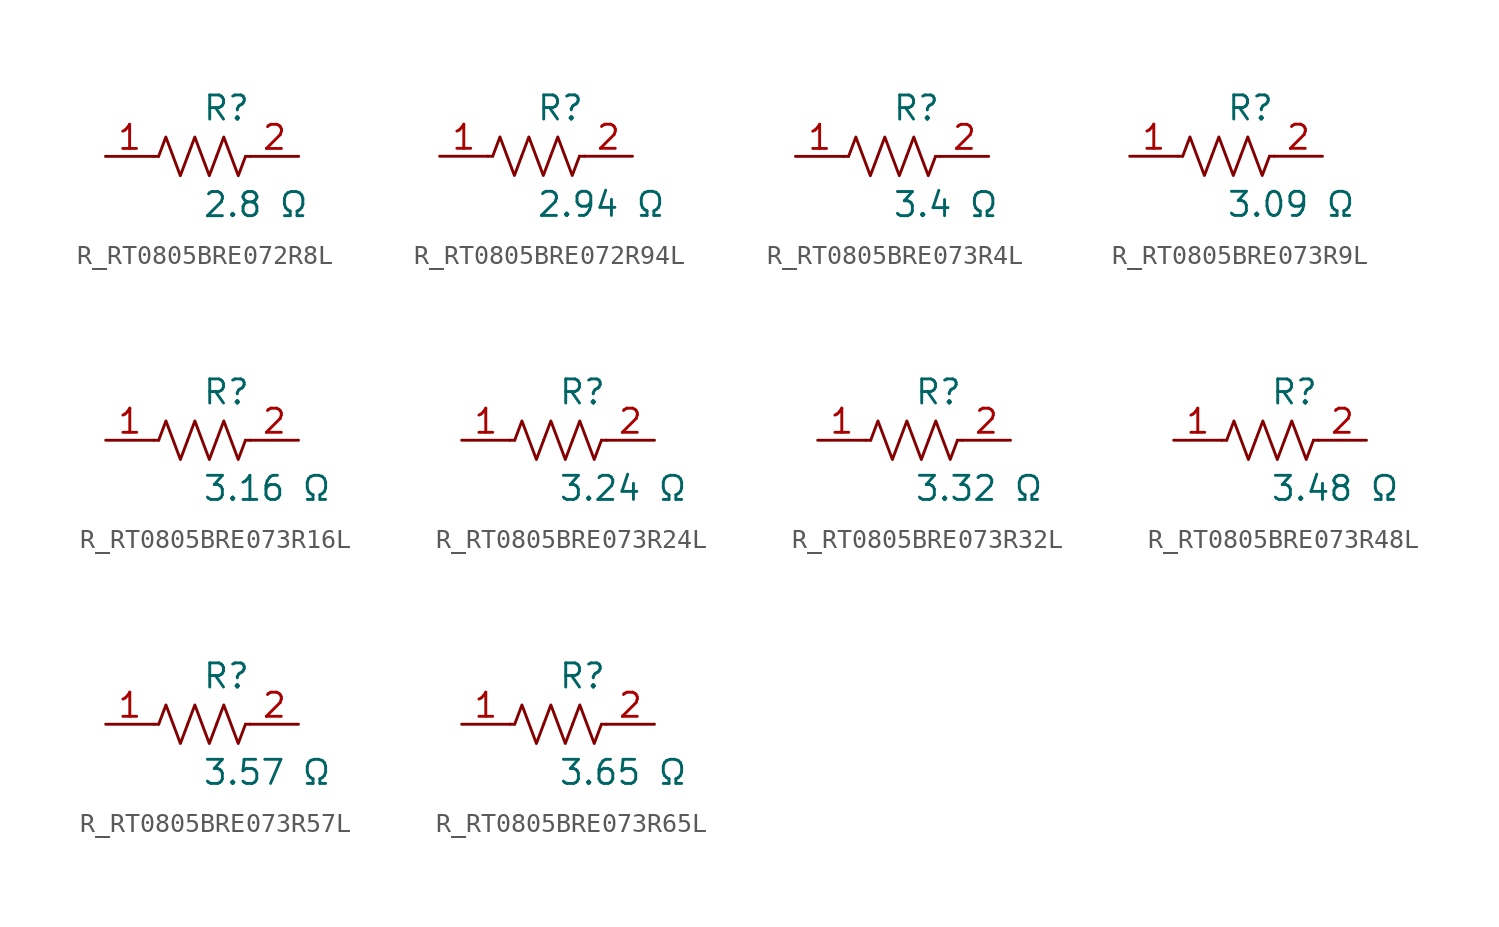
<source format=kicad_sym>
(kicad_symbol_lib
  (version 20231120)
  (generator kicad_symbol_editor)
  (generator_version 8.0)
  (symbol "R_RT0805BRE072R8L"
    (pin_names
      (offset 0.254))
    (property "Reference" "R"
      (at 0.0 2.54 0)
      (effects (font (size 1.27 1.27)) (justify left)))
    (property "Value" "2.8 Ω"
      (at 0.0 -2.54 0)
      (effects (font (size 1.27 1.27)) (justify left)))
    (symbol "R_RT0805BRE072R8L_0_1"
      (polyline (pts (xy 2.286 0) (xy 2.54 0)) (stroke (width 0) (type default)) (fill (type none)))
      (polyline (pts (xy -2.286 0) (xy -2.54 0)) (stroke (width 0) (type default)) (fill (type none)))
      (polyline (pts (xy 0.762 0) (xy 1.143 1.016) (xy 1.524 0) (xy 1.905 -1.016) (xy 2.286 0)) (stroke (width 0) (type default)) (fill (type none)))
      (polyline (pts (xy -0.762 0) (xy -0.381 1.016) (xy 0 0) (xy 0.381 -1.016) (xy 0.762 0)) (stroke (width 0) (type default)) (fill (type none)))
      (polyline (pts (xy -2.286 0) (xy -1.905 1.016) (xy -1.524 0) (xy -1.143 -1.016) (xy -0.762 0)) (stroke (width 0) (type default)) (fill (type none))))
    (pin unspecified line
      (at -5.08 0 0)
      (length 2.54)
      (name "" (effects (font (size 1.27 1.27))))
      (number "1" (effects (font (size 1.27 1.27)))))
    (pin unspecified line
      (at 5.08 0 180)
      (length 2.54)
      (name "" (effects (font (size 1.27 1.27))))
      (number "2" (effects (font (size 1.27 1.27))))))
  (symbol "R_RT0805BRE072R94L"
    (pin_names
      (offset 0.254))
    (property "Reference" "R"
      (at 0.0 2.54 0)
      (effects (font (size 1.27 1.27)) (justify left)))
    (property "Value" "2.94 Ω"
      (at 0.0 -2.54 0)
      (effects (font (size 1.27 1.27)) (justify left)))
    (symbol "R_RT0805BRE072R94L_0_1"
      (polyline (pts (xy 2.286 0) (xy 2.54 0)) (stroke (width 0) (type default)) (fill (type none)))
      (polyline (pts (xy -2.286 0) (xy -2.54 0)) (stroke (width 0) (type default)) (fill (type none)))
      (polyline (pts (xy 0.762 0) (xy 1.143 1.016) (xy 1.524 0) (xy 1.905 -1.016) (xy 2.286 0)) (stroke (width 0) (type default)) (fill (type none)))
      (polyline (pts (xy -0.762 0) (xy -0.381 1.016) (xy 0 0) (xy 0.381 -1.016) (xy 0.762 0)) (stroke (width 0) (type default)) (fill (type none)))
      (polyline (pts (xy -2.286 0) (xy -1.905 1.016) (xy -1.524 0) (xy -1.143 -1.016) (xy -0.762 0)) (stroke (width 0) (type default)) (fill (type none))))
    (pin unspecified line
      (at -5.08 0 0)
      (length 2.54)
      (name "" (effects (font (size 1.27 1.27))))
      (number "1" (effects (font (size 1.27 1.27)))))
    (pin unspecified line
      (at 5.08 0 180)
      (length 2.54)
      (name "" (effects (font (size 1.27 1.27))))
      (number "2" (effects (font (size 1.27 1.27))))))
  (symbol "R_RT0805BRE073R4L"
    (pin_names
      (offset 0.254))
    (property "Reference" "R"
      (at 0.0 2.54 0)
      (effects (font (size 1.27 1.27)) (justify left)))
    (property "Value" "3.4 Ω"
      (at 0.0 -2.54 0)
      (effects (font (size 1.27 1.27)) (justify left)))
    (symbol "R_RT0805BRE073R4L_0_1"
      (polyline (pts (xy 2.286 0) (xy 2.54 0)) (stroke (width 0) (type default)) (fill (type none)))
      (polyline (pts (xy -2.286 0) (xy -2.54 0)) (stroke (width 0) (type default)) (fill (type none)))
      (polyline (pts (xy 0.762 0) (xy 1.143 1.016) (xy 1.524 0) (xy 1.905 -1.016) (xy 2.286 0)) (stroke (width 0) (type default)) (fill (type none)))
      (polyline (pts (xy -0.762 0) (xy -0.381 1.016) (xy 0 0) (xy 0.381 -1.016) (xy 0.762 0)) (stroke (width 0) (type default)) (fill (type none)))
      (polyline (pts (xy -2.286 0) (xy -1.905 1.016) (xy -1.524 0) (xy -1.143 -1.016) (xy -0.762 0)) (stroke (width 0) (type default)) (fill (type none))))
    (pin unspecified line
      (at -5.08 0 0)
      (length 2.54)
      (name "" (effects (font (size 1.27 1.27))))
      (number "1" (effects (font (size 1.27 1.27)))))
    (pin unspecified line
      (at 5.08 0 180)
      (length 2.54)
      (name "" (effects (font (size 1.27 1.27))))
      (number "2" (effects (font (size 1.27 1.27))))))
  (symbol "R_RT0805BRE073R9L"
    (pin_names
      (offset 0.254))
    (property "Reference" "R"
      (at 0.0 2.54 0)
      (effects (font (size 1.27 1.27)) (justify left)))
    (property "Value" "3.09 Ω"
      (at 0.0 -2.54 0)
      (effects (font (size 1.27 1.27)) (justify left)))
    (symbol "R_RT0805BRE073R9L_0_1"
      (polyline (pts (xy 2.286 0) (xy 2.54 0)) (stroke (width 0) (type default)) (fill (type none)))
      (polyline (pts (xy -2.286 0) (xy -2.54 0)) (stroke (width 0) (type default)) (fill (type none)))
      (polyline (pts (xy 0.762 0) (xy 1.143 1.016) (xy 1.524 0) (xy 1.905 -1.016) (xy 2.286 0)) (stroke (width 0) (type default)) (fill (type none)))
      (polyline (pts (xy -0.762 0) (xy -0.381 1.016) (xy 0 0) (xy 0.381 -1.016) (xy 0.762 0)) (stroke (width 0) (type default)) (fill (type none)))
      (polyline (pts (xy -2.286 0) (xy -1.905 1.016) (xy -1.524 0) (xy -1.143 -1.016) (xy -0.762 0)) (stroke (width 0) (type default)) (fill (type none))))
    (pin unspecified line
      (at -5.08 0 0)
      (length 2.54)
      (name "" (effects (font (size 1.27 1.27))))
      (number "1" (effects (font (size 1.27 1.27)))))
    (pin unspecified line
      (at 5.08 0 180)
      (length 2.54)
      (name "" (effects (font (size 1.27 1.27))))
      (number "2" (effects (font (size 1.27 1.27))))))
  (symbol "R_RT0805BRE073R16L"
    (pin_names
      (offset 0.254))
    (property "Reference" "R"
      (at 0.0 2.54 0)
      (effects (font (size 1.27 1.27)) (justify left)))
    (property "Value" "3.16 Ω"
      (at 0.0 -2.54 0)
      (effects (font (size 1.27 1.27)) (justify left)))
    (symbol "R_RT0805BRE073R16L_0_1"
      (polyline (pts (xy 2.286 0) (xy 2.54 0)) (stroke (width 0) (type default)) (fill (type none)))
      (polyline (pts (xy -2.286 0) (xy -2.54 0)) (stroke (width 0) (type default)) (fill (type none)))
      (polyline (pts (xy 0.762 0) (xy 1.143 1.016) (xy 1.524 0) (xy 1.905 -1.016) (xy 2.286 0)) (stroke (width 0) (type default)) (fill (type none)))
      (polyline (pts (xy -0.762 0) (xy -0.381 1.016) (xy 0 0) (xy 0.381 -1.016) (xy 0.762 0)) (stroke (width 0) (type default)) (fill (type none)))
      (polyline (pts (xy -2.286 0) (xy -1.905 1.016) (xy -1.524 0) (xy -1.143 -1.016) (xy -0.762 0)) (stroke (width 0) (type default)) (fill (type none))))
    (pin unspecified line
      (at -5.08 0 0)
      (length 2.54)
      (name "" (effects (font (size 1.27 1.27))))
      (number "1" (effects (font (size 1.27 1.27)))))
    (pin unspecified line
      (at 5.08 0 180)
      (length 2.54)
      (name "" (effects (font (size 1.27 1.27))))
      (number "2" (effects (font (size 1.27 1.27))))))
  (symbol "R_RT0805BRE073R24L"
    (pin_names
      (offset 0.254))
    (property "Reference" "R"
      (at 0.0 2.54 0)
      (effects (font (size 1.27 1.27)) (justify left)))
    (property "Value" "3.24 Ω"
      (at 0.0 -2.54 0)
      (effects (font (size 1.27 1.27)) (justify left)))
    (symbol "R_RT0805BRE073R24L_0_1"
      (polyline (pts (xy 2.286 0) (xy 2.54 0)) (stroke (width 0) (type default)) (fill (type none)))
      (polyline (pts (xy -2.286 0) (xy -2.54 0)) (stroke (width 0) (type default)) (fill (type none)))
      (polyline (pts (xy 0.762 0) (xy 1.143 1.016) (xy 1.524 0) (xy 1.905 -1.016) (xy 2.286 0)) (stroke (width 0) (type default)) (fill (type none)))
      (polyline (pts (xy -0.762 0) (xy -0.381 1.016) (xy 0 0) (xy 0.381 -1.016) (xy 0.762 0)) (stroke (width 0) (type default)) (fill (type none)))
      (polyline (pts (xy -2.286 0) (xy -1.905 1.016) (xy -1.524 0) (xy -1.143 -1.016) (xy -0.762 0)) (stroke (width 0) (type default)) (fill (type none))))
    (pin unspecified line
      (at -5.08 0 0)
      (length 2.54)
      (name "" (effects (font (size 1.27 1.27))))
      (number "1" (effects (font (size 1.27 1.27)))))
    (pin unspecified line
      (at 5.08 0 180)
      (length 2.54)
      (name "" (effects (font (size 1.27 1.27))))
      (number "2" (effects (font (size 1.27 1.27))))))
  (symbol "R_RT0805BRE073R32L"
    (pin_names
      (offset 0.254))
    (property "Reference" "R"
      (at 0.0 2.54 0)
      (effects (font (size 1.27 1.27)) (justify left)))
    (property "Value" "3.32 Ω"
      (at 0.0 -2.54 0)
      (effects (font (size 1.27 1.27)) (justify left)))
    (symbol "R_RT0805BRE073R32L_0_1"
      (polyline (pts (xy 2.286 0) (xy 2.54 0)) (stroke (width 0) (type default)) (fill (type none)))
      (polyline (pts (xy -2.286 0) (xy -2.54 0)) (stroke (width 0) (type default)) (fill (type none)))
      (polyline (pts (xy 0.762 0) (xy 1.143 1.016) (xy 1.524 0) (xy 1.905 -1.016) (xy 2.286 0)) (stroke (width 0) (type default)) (fill (type none)))
      (polyline (pts (xy -0.762 0) (xy -0.381 1.016) (xy 0 0) (xy 0.381 -1.016) (xy 0.762 0)) (stroke (width 0) (type default)) (fill (type none)))
      (polyline (pts (xy -2.286 0) (xy -1.905 1.016) (xy -1.524 0) (xy -1.143 -1.016) (xy -0.762 0)) (stroke (width 0) (type default)) (fill (type none))))
    (pin unspecified line
      (at -5.08 0 0)
      (length 2.54)
      (name "" (effects (font (size 1.27 1.27))))
      (number "1" (effects (font (size 1.27 1.27)))))
    (pin unspecified line
      (at 5.08 0 180)
      (length 2.54)
      (name "" (effects (font (size 1.27 1.27))))
      (number "2" (effects (font (size 1.27 1.27))))))
  (symbol "R_RT0805BRE073R48L"
    (pin_names
      (offset 0.254))
    (property "Reference" "R"
      (at 0.0 2.54 0)
      (effects (font (size 1.27 1.27)) (justify left)))
    (property "Value" "3.48 Ω"
      (at 0.0 -2.54 0)
      (effects (font (size 1.27 1.27)) (justify left)))
    (symbol "R_RT0805BRE073R48L_0_1"
      (polyline (pts (xy 2.286 0) (xy 2.54 0)) (stroke (width 0) (type default)) (fill (type none)))
      (polyline (pts (xy -2.286 0) (xy -2.54 0)) (stroke (width 0) (type default)) (fill (type none)))
      (polyline (pts (xy 0.762 0) (xy 1.143 1.016) (xy 1.524 0) (xy 1.905 -1.016) (xy 2.286 0)) (stroke (width 0) (type default)) (fill (type none)))
      (polyline (pts (xy -0.762 0) (xy -0.381 1.016) (xy 0 0) (xy 0.381 -1.016) (xy 0.762 0)) (stroke (width 0) (type default)) (fill (type none)))
      (polyline (pts (xy -2.286 0) (xy -1.905 1.016) (xy -1.524 0) (xy -1.143 -1.016) (xy -0.762 0)) (stroke (width 0) (type default)) (fill (type none))))
    (pin unspecified line
      (at -5.08 0 0)
      (length 2.54)
      (name "" (effects (font (size 1.27 1.27))))
      (number "1" (effects (font (size 1.27 1.27)))))
    (pin unspecified line
      (at 5.08 0 180)
      (length 2.54)
      (name "" (effects (font (size 1.27 1.27))))
      (number "2" (effects (font (size 1.27 1.27))))))
  (symbol "R_RT0805BRE073R57L"
    (pin_names
      (offset 0.254))
    (property "Reference" "R"
      (at 0.0 2.54 0)
      (effects (font (size 1.27 1.27)) (justify left)))
    (property "Value" "3.57 Ω"
      (at 0.0 -2.54 0)
      (effects (font (size 1.27 1.27)) (justify left)))
    (symbol "R_RT0805BRE073R57L_0_1"
      (polyline (pts (xy 2.286 0) (xy 2.54 0)) (stroke (width 0) (type default)) (fill (type none)))
      (polyline (pts (xy -2.286 0) (xy -2.54 0)) (stroke (width 0) (type default)) (fill (type none)))
      (polyline (pts (xy 0.762 0) (xy 1.143 1.016) (xy 1.524 0) (xy 1.905 -1.016) (xy 2.286 0)) (stroke (width 0) (type default)) (fill (type none)))
      (polyline (pts (xy -0.762 0) (xy -0.381 1.016) (xy 0 0) (xy 0.381 -1.016) (xy 0.762 0)) (stroke (width 0) (type default)) (fill (type none)))
      (polyline (pts (xy -2.286 0) (xy -1.905 1.016) (xy -1.524 0) (xy -1.143 -1.016) (xy -0.762 0)) (stroke (width 0) (type default)) (fill (type none))))
    (pin unspecified line
      (at -5.08 0 0)
      (length 2.54)
      (name "" (effects (font (size 1.27 1.27))))
      (number "1" (effects (font (size 1.27 1.27)))))
    (pin unspecified line
      (at 5.08 0 180)
      (length 2.54)
      (name "" (effects (font (size 1.27 1.27))))
      (number "2" (effects (font (size 1.27 1.27))))))
  (symbol "R_RT0805BRE073R65L"
    (pin_names
      (offset 0.254))
    (property "Reference" "R"
      (at 0.0 2.54 0)
      (effects (font (size 1.27 1.27)) (justify left)))
    (property "Value" "3.65 Ω"
      (at 0.0 -2.54 0)
      (effects (font (size 1.27 1.27)) (justify left)))
    (symbol "R_RT0805BRE073R65L_0_1"
      (polyline (pts (xy 2.286 0) (xy 2.54 0)) (stroke (width 0) (type default)) (fill (type none)))
      (polyline (pts (xy -2.286 0) (xy -2.54 0)) (stroke (width 0) (type default)) (fill (type none)))
      (polyline (pts (xy 0.762 0) (xy 1.143 1.016) (xy 1.524 0) (xy 1.905 -1.016) (xy 2.286 0)) (stroke (width 0) (type default)) (fill (type none)))
      (polyline (pts (xy -0.762 0) (xy -0.381 1.016) (xy 0 0) (xy 0.381 -1.016) (xy 0.762 0)) (stroke (width 0) (type default)) (fill (type none)))
      (polyline (pts (xy -2.286 0) (xy -1.905 1.016) (xy -1.524 0) (xy -1.143 -1.016) (xy -0.762 0)) (stroke (width 0) (type default)) (fill (type none))))
    (pin unspecified line
      (at -5.08 0 0)
      (length 2.54)
      (name "" (effects (font (size 1.27 1.27))))
      (number "1" (effects (font (size 1.27 1.27)))))
    (pin unspecified line
      (at 5.08 0 180)
      (length 2.54)
      (name "" (effects (font (size 1.27 1.27))))
      (number "2" (effects (font (size 1.27 1.27)))))))
</source>
